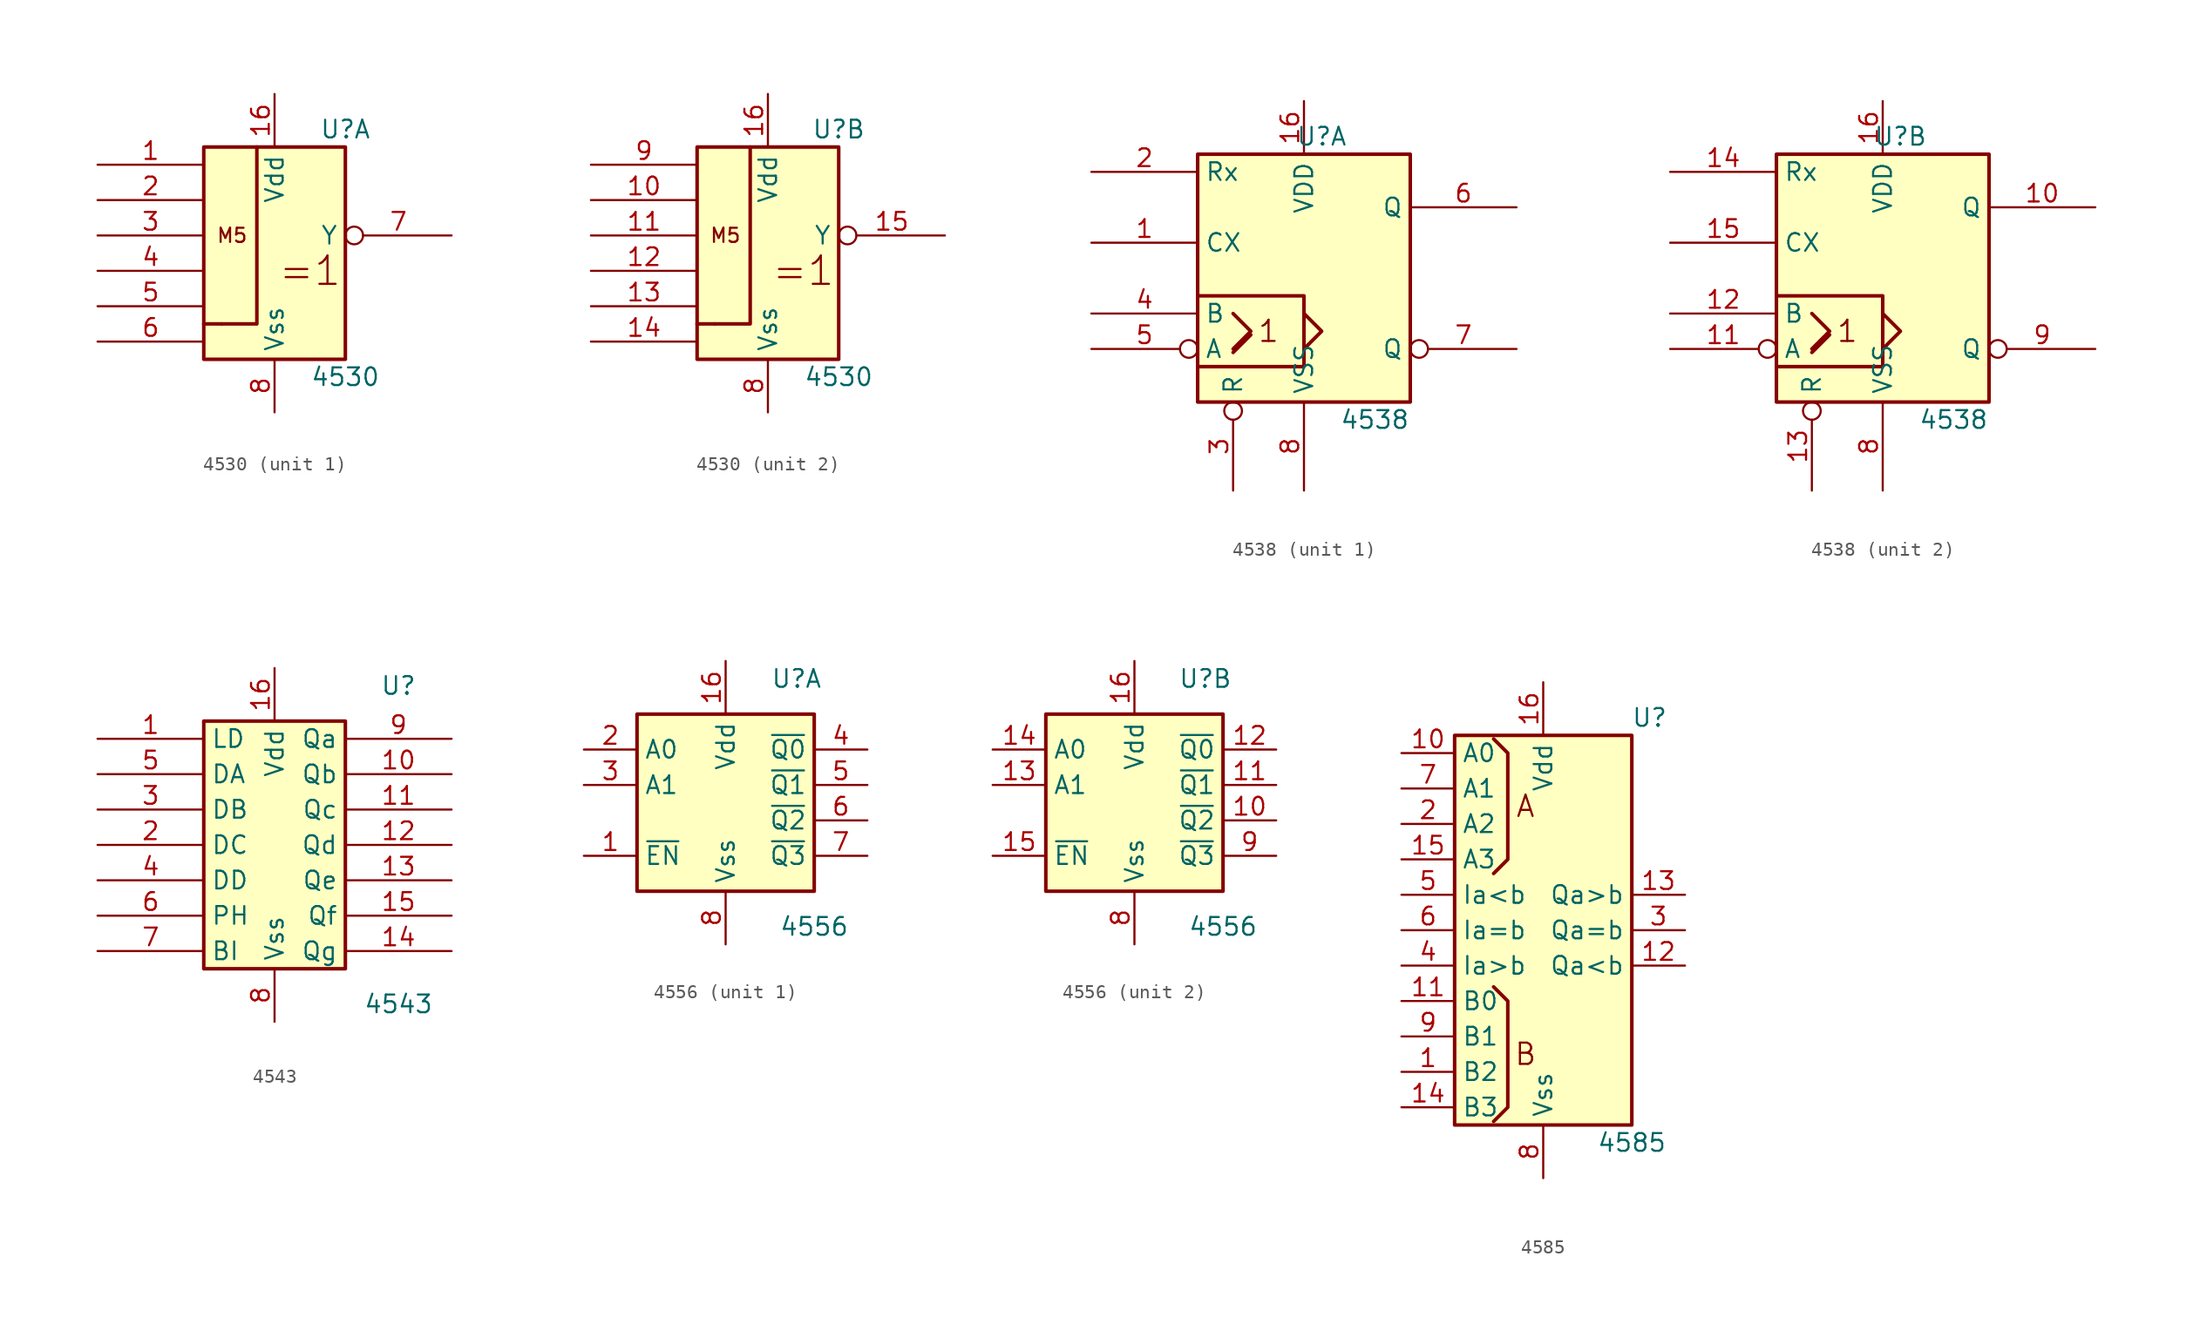
<source format=kicad_sym>
(kicad_symbol_lib
  (version 20241209)
  (generator "kicad_symbol_editor")
  (generator_version "9.0")
  (symbol "4530"
    (property "Reference" "U"
      (at 5.08 7.62 0)
      (effects (font (size 1.27 1.27))))
    (property "Value" "4530"
      (at 5.08 -10.16 0)
      (effects (font (size 1.27 1.27))))
    (symbol "4530_0_0"
      (polyline (pts (xy -3.81 -6.35) (xy -5.08 -6.35) (xy -5.08 -6.35)) (stroke (width 0.254) (type default)) (fill (type background)))
      (text "M5" (at -3.048 0 0) (effects (font (size 1.016 1.016))))
      (text "=1" (at 2.54 -2.54 0) (effects (font (size 2.032 2.032))))
      (pin power_in line (at 0 10.16 270) (length 3.81) (name "Vdd" (effects (font (size 1.27 1.27)))) (number "16" (effects (font (size 1.27 1.27)))))
      (pin power_in line (at 0 -12.7 90) (length 3.81) (name "Vss" (effects (font (size 1.27 1.27)))) (number "8" (effects (font (size 1.27 1.27))))))
    (symbol "4530_0_1"
      (rectangle (start -5.08 6.35) (end 5.08 -8.89) (stroke (width 0.254) (type default)) (fill (type background)))
      (polyline (pts (xy -1.27 6.35) (xy -1.27 -6.35) (xy -3.81 -6.35) (xy -3.81 -6.35)) (stroke (width 0.254) (type default)) (fill (type background))))
    (symbol "4530_1_1"
      (pin input line (at -12.7 5.08 0) (length 7.62) (name "~" (effects (font (size 1.27 1.27)))) (number "1" (effects (font (size 1.27 1.27)))))
      (pin input line (at -12.7 2.54 0) (length 7.62) (name "~" (effects (font (size 1.27 1.27)))) (number "2" (effects (font (size 1.27 1.27)))))
      (pin input line (at -12.7 0 0) (length 7.62) (name "~" (effects (font (size 1.27 1.27)))) (number "3" (effects (font (size 1.27 1.27)))))
      (pin input line (at -12.7 -2.54 0) (length 7.62) (name "~" (effects (font (size 1.27 1.27)))) (number "4" (effects (font (size 1.27 1.27)))))
      (pin input line (at -12.7 -5.08 0) (length 7.62) (name "~" (effects (font (size 1.27 1.27)))) (number "5" (effects (font (size 1.27 1.27)))))
      (pin input line (at -12.7 -7.62 0) (length 7.62) (name "~" (effects (font (size 1.27 1.27)))) (number "6" (effects (font (size 1.27 1.27)))))
      (pin output inverted (at 12.7 0 180) (length 7.62) (name "Y" (effects (font (size 1.27 1.27)))) (number "7" (effects (font (size 1.27 1.27))))))
    (symbol "4530_2_1"
      (pin input line (at -12.7 5.08 0) (length 7.62) (name "~" (effects (font (size 1.27 1.27)))) (number "9" (effects (font (size 1.27 1.27)))))
      (pin input line (at -12.7 2.54 0) (length 7.62) (name "~" (effects (font (size 1.27 1.27)))) (number "10" (effects (font (size 1.27 1.27)))))
      (pin input line (at -12.7 0 0) (length 7.62) (name "~" (effects (font (size 1.27 1.27)))) (number "11" (effects (font (size 1.27 1.27)))))
      (pin input line (at -12.7 -2.54 0) (length 7.62) (name "~" (effects (font (size 1.27 1.27)))) (number "12" (effects (font (size 1.27 1.27)))))
      (pin input line (at -12.7 -5.08 0) (length 7.62) (name "~" (effects (font (size 1.27 1.27)))) (number "13" (effects (font (size 1.27 1.27)))))
      (pin input line (at -12.7 -7.62 0) (length 7.62) (name "~" (effects (font (size 1.27 1.27)))) (number "14" (effects (font (size 1.27 1.27)))))
      (pin output inverted (at 12.7 0 180) (length 7.62) (name "Y" (effects (font (size 1.27 1.27)))) (number "15" (effects (font (size 1.27 1.27)))))))
  (symbol "4538"
    (property "Reference" "U"
      (at 1.27 10.16 0)
      (effects (font (size 1.27 1.27))))
    (property "Value" "4538"
      (at 5.08 -10.16 0)
      (effects (font (size 1.27 1.27))))
    (symbol "4538_0_0"
      (polyline (pts (xy -7.62 -1.27) (xy 0 -1.27) (xy 0 -6.35) (xy -7.62 -6.35) (xy -7.62 -6.35)) (stroke (width 0.254) (type default)) (fill (type background)))
      (polyline (pts (xy -5.08 -2.54) (xy -3.81 -3.81) (xy -5.08 -5.08) (xy -5.08 -5.08)) (stroke (width 0.254) (type default)) (fill (type background)))
      (polyline (pts (xy -5.08 -5.334) (xy -3.81 -4.064) (xy -3.81 -4.064)) (stroke (width 0.254) (type default)) (fill (type background)))
      (polyline (pts (xy 0 -2.54) (xy 1.27 -3.81) (xy 0 -5.08) (xy 0 -5.08)) (stroke (width 0.254) (type default)) (fill (type background)))
      (text "1" (at -2.54 -3.81 0) (effects (font (size 1.524 1.524)))))
    (symbol "4538_0_1"
      (rectangle (start -7.62 8.89) (end 7.62 -8.89) (stroke (width 0.254) (type default)) (fill (type background))))
    (symbol "4538_1_1"
      (pin input line (at -15.24 7.62 0) (length 7.62) (name "Rx" (effects (font (size 1.27 1.27)))) (number "2" (effects (font (size 1.27 1.27)))))
      (pin input line (at -15.24 2.54 0) (length 7.62) (name "CX" (effects (font (size 1.27 1.27)))) (number "1" (effects (font (size 1.27 1.27)))))
      (pin input line (at -15.24 -2.54 0) (length 7.62) (name "B" (effects (font (size 1.27 1.27)))) (number "4" (effects (font (size 1.27 1.27)))))
      (pin input inverted (at -15.24 -5.08 0) (length 7.62) (name "A" (effects (font (size 1.27 1.27)))) (number "5" (effects (font (size 1.27 1.27)))))
      (pin input inverted (at -5.08 -15.24 90) (length 6.35) (name "R" (effects (font (size 1.27 1.27)))) (number "3" (effects (font (size 1.27 1.27)))))
      (pin power_in line (at 0 12.7 270) (length 3.81) (name "VDD" (effects (font (size 1.27 1.27)))) (number "16" (effects (font (size 1.27 1.27)))))
      (pin power_in line (at 0 -15.24 90) (length 6.35) (name "VSS" (effects (font (size 1.27 1.27)))) (number "8" (effects (font (size 1.27 1.27)))))
      (pin output line (at 15.24 5.08 180) (length 7.62) (name "Q" (effects (font (size 1.27 1.27)))) (number "6" (effects (font (size 1.27 1.27)))))
      (pin output inverted (at 15.24 -5.08 180) (length 7.62) (name "Q" (effects (font (size 1.27 1.27)))) (number "7" (effects (font (size 1.27 1.27))))))
    (symbol "4538_2_1"
      (pin input line (at -15.24 7.62 0) (length 7.62) (name "Rx" (effects (font (size 1.27 1.27)))) (number "14" (effects (font (size 1.27 1.27)))))
      (pin input line (at -15.24 2.54 0) (length 7.62) (name "CX" (effects (font (size 1.27 1.27)))) (number "15" (effects (font (size 1.27 1.27)))))
      (pin input line (at -15.24 -2.54 0) (length 7.62) (name "B" (effects (font (size 1.27 1.27)))) (number "12" (effects (font (size 1.27 1.27)))))
      (pin input inverted (at -15.24 -5.08 0) (length 7.62) (name "A" (effects (font (size 1.27 1.27)))) (number "11" (effects (font (size 1.27 1.27)))))
      (pin input inverted (at -5.08 -15.24 90) (length 6.35) (name "R" (effects (font (size 1.27 1.27)))) (number "13" (effects (font (size 1.27 1.27)))))
      (pin power_in line (at 0 12.7 270) (length 3.81) (name "VDD" (effects (font (size 1.27 1.27)))) (number "16" (effects (font (size 1.27 1.27)))))
      (pin power_in line (at 0 -15.24 90) (length 6.35) (name "VSS" (effects (font (size 1.27 1.27)))) (number "8" (effects (font (size 1.27 1.27)))))
      (pin output line (at 15.24 5.08 180) (length 7.62) (name "Q" (effects (font (size 1.27 1.27)))) (number "10" (effects (font (size 1.27 1.27)))))
      (pin output inverted (at 15.24 -5.08 180) (length 7.62) (name "Q" (effects (font (size 1.27 1.27)))) (number "9" (effects (font (size 1.27 1.27)))))))
  (symbol "4543"
    (property "Reference" "U"
      (at 8.89 11.43 0)
      (effects (font (size 1.27 1.27))))
    (property "Value" "4543"
      (at 8.89 -11.43 0)
      (effects (font (size 1.27 1.27))))
    (symbol "4543_0_1"
      (rectangle (start -5.08 8.89) (end 5.08 -8.89) (stroke (width 0.254) (type default)) (fill (type background))))
    (symbol "4543_1_1"
      (pin input line (at -12.7 7.62 0) (length 7.62) (name "LD" (effects (font (size 1.27 1.27)))) (number "1" (effects (font (size 1.27 1.27)))))
      (pin input line (at -12.7 5.08 0) (length 7.62) (name "DA" (effects (font (size 1.27 1.27)))) (number "5" (effects (font (size 1.27 1.27)))))
      (pin input line (at -12.7 2.54 0) (length 7.62) (name "DB" (effects (font (size 1.27 1.27)))) (number "3" (effects (font (size 1.27 1.27)))))
      (pin input line (at -12.7 0 0) (length 7.62) (name "DC" (effects (font (size 1.27 1.27)))) (number "2" (effects (font (size 1.27 1.27)))))
      (pin input line (at -12.7 -2.54 0) (length 7.62) (name "DD" (effects (font (size 1.27 1.27)))) (number "4" (effects (font (size 1.27 1.27)))))
      (pin input line (at -12.7 -5.08 0) (length 7.62) (name "PH" (effects (font (size 1.27 1.27)))) (number "6" (effects (font (size 1.27 1.27)))))
      (pin input line (at -12.7 -7.62 0) (length 7.62) (name "BI" (effects (font (size 1.27 1.27)))) (number "7" (effects (font (size 1.27 1.27)))))
      (pin power_in line (at 0 12.7 270) (length 3.81) (name "Vdd" (effects (font (size 1.27 1.27)))) (number "16" (effects (font (size 1.27 1.27)))))
      (pin power_in line (at 0 -12.7 90) (length 3.81) (name "Vss" (effects (font (size 1.27 1.27)))) (number "8" (effects (font (size 1.27 1.27)))))
      (pin output line (at 12.7 7.62 180) (length 7.62) (name "Qa" (effects (font (size 1.27 1.27)))) (number "9" (effects (font (size 1.27 1.27)))))
      (pin output line (at 12.7 5.08 180) (length 7.62) (name "Qb" (effects (font (size 1.27 1.27)))) (number "10" (effects (font (size 1.27 1.27)))))
      (pin output line (at 12.7 2.54 180) (length 7.62) (name "Qc" (effects (font (size 1.27 1.27)))) (number "11" (effects (font (size 1.27 1.27)))))
      (pin output line (at 12.7 0 180) (length 7.62) (name "Qd" (effects (font (size 1.27 1.27)))) (number "12" (effects (font (size 1.27 1.27)))))
      (pin output line (at 12.7 -2.54 180) (length 7.62) (name "Qe" (effects (font (size 1.27 1.27)))) (number "13" (effects (font (size 1.27 1.27)))))
      (pin output line (at 12.7 -5.08 180) (length 7.62) (name "Qf" (effects (font (size 1.27 1.27)))) (number "15" (effects (font (size 1.27 1.27)))))
      (pin output line (at 12.7 -7.62 180) (length 7.62) (name "Qg" (effects (font (size 1.27 1.27)))) (number "14" (effects (font (size 1.27 1.27)))))))
  (symbol "4556"
    (property "Reference" "U"
      (at 5.08 8.89 0)
      (effects (font (size 1.27 1.27))))
    (property "Value" "4556"
      (at 6.35 -8.89 0)
      (effects (font (size 1.27 1.27))))
    (symbol "4556_0_1"
      (rectangle (start -6.35 6.35) (end 6.35 -6.35) (stroke (width 0.254) (type default)) (fill (type background)))
      (pin power_in line (at 0 10.16 270) (length 3.81) (name "Vdd" (effects (font (size 1.27 1.27)))) (number "16" (effects (font (size 1.27 1.27)))))
      (pin power_in line (at 0 -10.16 90) (length 3.81) (name "Vss" (effects (font (size 1.27 1.27)))) (number "8" (effects (font (size 1.27 1.27))))))
    (symbol "4556_1_1"
      (pin input line (at -10.16 3.81 0) (length 3.81) (name "A0" (effects (font (size 1.27 1.27)))) (number "2" (effects (font (size 1.27 1.27)))))
      (pin input line (at -10.16 1.27 0) (length 3.81) (name "A1" (effects (font (size 1.27 1.27)))) (number "3" (effects (font (size 1.27 1.27)))))
      (pin input line (at -10.16 -3.81 0) (length 3.81) (name "~{EN}" (effects (font (size 1.27 1.27)))) (number "1" (effects (font (size 1.27 1.27)))))
      (pin output line (at 10.16 3.81 180) (length 3.81) (name "~{Q0}" (effects (font (size 1.27 1.27)))) (number "4" (effects (font (size 1.27 1.27)))))
      (pin output line (at 10.16 1.27 180) (length 3.81) (name "~{Q1}" (effects (font (size 1.27 1.27)))) (number "5" (effects (font (size 1.27 1.27)))))
      (pin output line (at 10.16 -1.27 180) (length 3.81) (name "~{Q2}" (effects (font (size 1.27 1.27)))) (number "6" (effects (font (size 1.27 1.27)))))
      (pin output line (at 10.16 -3.81 180) (length 3.81) (name "~{Q3}" (effects (font (size 1.27 1.27)))) (number "7" (effects (font (size 1.27 1.27))))))
    (symbol "4556_2_1"
      (pin input line (at -10.16 3.81 0) (length 3.81) (name "A0" (effects (font (size 1.27 1.27)))) (number "14" (effects (font (size 1.27 1.27)))))
      (pin input line (at -10.16 1.27 0) (length 3.81) (name "A1" (effects (font (size 1.27 1.27)))) (number "13" (effects (font (size 1.27 1.27)))))
      (pin input line (at -10.16 -3.81 0) (length 3.81) (name "~{EN}" (effects (font (size 1.27 1.27)))) (number "15" (effects (font (size 1.27 1.27)))))
      (pin output line (at 10.16 3.81 180) (length 3.81) (name "~{Q0}" (effects (font (size 1.27 1.27)))) (number "12" (effects (font (size 1.27 1.27)))))
      (pin output line (at 10.16 1.27 180) (length 3.81) (name "~{Q1}" (effects (font (size 1.27 1.27)))) (number "11" (effects (font (size 1.27 1.27)))))
      (pin output line (at 10.16 -1.27 180) (length 3.81) (name "~{Q2}" (effects (font (size 1.27 1.27)))) (number "10" (effects (font (size 1.27 1.27)))))
      (pin output line (at 10.16 -3.81 180) (length 3.81) (name "~{Q3}" (effects (font (size 1.27 1.27)))) (number "9" (effects (font (size 1.27 1.27)))))))
  (symbol "4585"
    (property "Reference" "U"
      (at 7.62 15.24 0)
      (effects (font (size 1.27 1.27))))
    (property "Value" "4585"
      (at 6.35 -15.24 0)
      (effects (font (size 1.27 1.27))))
    (symbol "4585_0_0"
      (rectangle (start -6.35 13.97) (end 6.35 -13.97) (stroke (width 0.254) (type default)) (fill (type background)))
      (polyline (pts (xy -3.556 -4.064) (xy -2.54 -5.08) (xy -2.54 -12.7) (xy -3.556 -13.716) (xy -3.556 -13.716)) (stroke (width 0.254) (type default)) (fill (type background)))
      (text "A" (at -1.27 8.89 0) (effects (font (size 1.524 1.524))))
      (text "B" (at -1.27 -8.89 0) (effects (font (size 1.524 1.524)))))
    (symbol "4585_0_1"
      (polyline (pts (xy -3.556 4.064) (xy -2.54 5.08) (xy -2.54 12.7) (xy -3.556 13.716) (xy -3.556 13.716)) (stroke (width 0.254) (type default)) (fill (type background)))
      (pin power_in line (at 0 17.78 270) (length 3.81) (name "Vdd" (effects (font (size 1.27 1.27)))) (number "16" (effects (font (size 1.27 1.27)))))
      (pin power_in line (at 0 -17.78 90) (length 3.81) (name "Vss" (effects (font (size 1.27 1.27)))) (number "8" (effects (font (size 1.27 1.27))))))
    (symbol "4585_1_1"
      (pin input line (at -10.16 12.7 0) (length 3.81) (name "A0" (effects (font (size 1.27 1.27)))) (number "10" (effects (font (size 1.27 1.27)))))
      (pin input line (at -10.16 10.16 0) (length 3.81) (name "A1" (effects (font (size 1.27 1.27)))) (number "7" (effects (font (size 1.27 1.27)))))
      (pin input line (at -10.16 7.62 0) (length 3.81) (name "A2" (effects (font (size 1.27 1.27)))) (number "2" (effects (font (size 1.27 1.27)))))
      (pin input line (at -10.16 5.08 0) (length 3.81) (name "A3" (effects (font (size 1.27 1.27)))) (number "15" (effects (font (size 1.27 1.27)))))
      (pin input line (at -10.16 2.54 0) (length 3.81) (name "Ia<b" (effects (font (size 1.27 1.27)))) (number "5" (effects (font (size 1.27 1.27)))))
      (pin input line (at -10.16 0 0) (length 3.81) (name "Ia=b" (effects (font (size 1.27 1.27)))) (number "6" (effects (font (size 1.27 1.27)))))
      (pin input line (at -10.16 -2.54 0) (length 3.81) (name "Ia>b" (effects (font (size 1.27 1.27)))) (number "4" (effects (font (size 1.27 1.27)))))
      (pin input line (at -10.16 -5.08 0) (length 3.81) (name "B0" (effects (font (size 1.27 1.27)))) (number "11" (effects (font (size 1.27 1.27)))))
      (pin input line (at -10.16 -7.62 0) (length 3.81) (name "B1" (effects (font (size 1.27 1.27)))) (number "9" (effects (font (size 1.27 1.27)))))
      (pin input line (at -10.16 -10.16 0) (length 3.81) (name "B2" (effects (font (size 1.27 1.27)))) (number "1" (effects (font (size 1.27 1.27)))))
      (pin input line (at -10.16 -12.7 0) (length 3.81) (name "B3" (effects (font (size 1.27 1.27)))) (number "14" (effects (font (size 1.27 1.27)))))
      (pin output line (at 10.16 2.54 180) (length 3.81) (name "Qa>b" (effects (font (size 1.27 1.27)))) (number "13" (effects (font (size 1.27 1.27)))))
      (pin output line (at 10.16 0 180) (length 3.81) (name "Qa=b" (effects (font (size 1.27 1.27)))) (number "3" (effects (font (size 1.27 1.27)))))
      (pin output line (at 10.16 -2.54 180) (length 3.81) (name "Qa<b" (effects (font (size 1.27 1.27)))) (number "12" (effects (font (size 1.27 1.27))))))))
</source>
